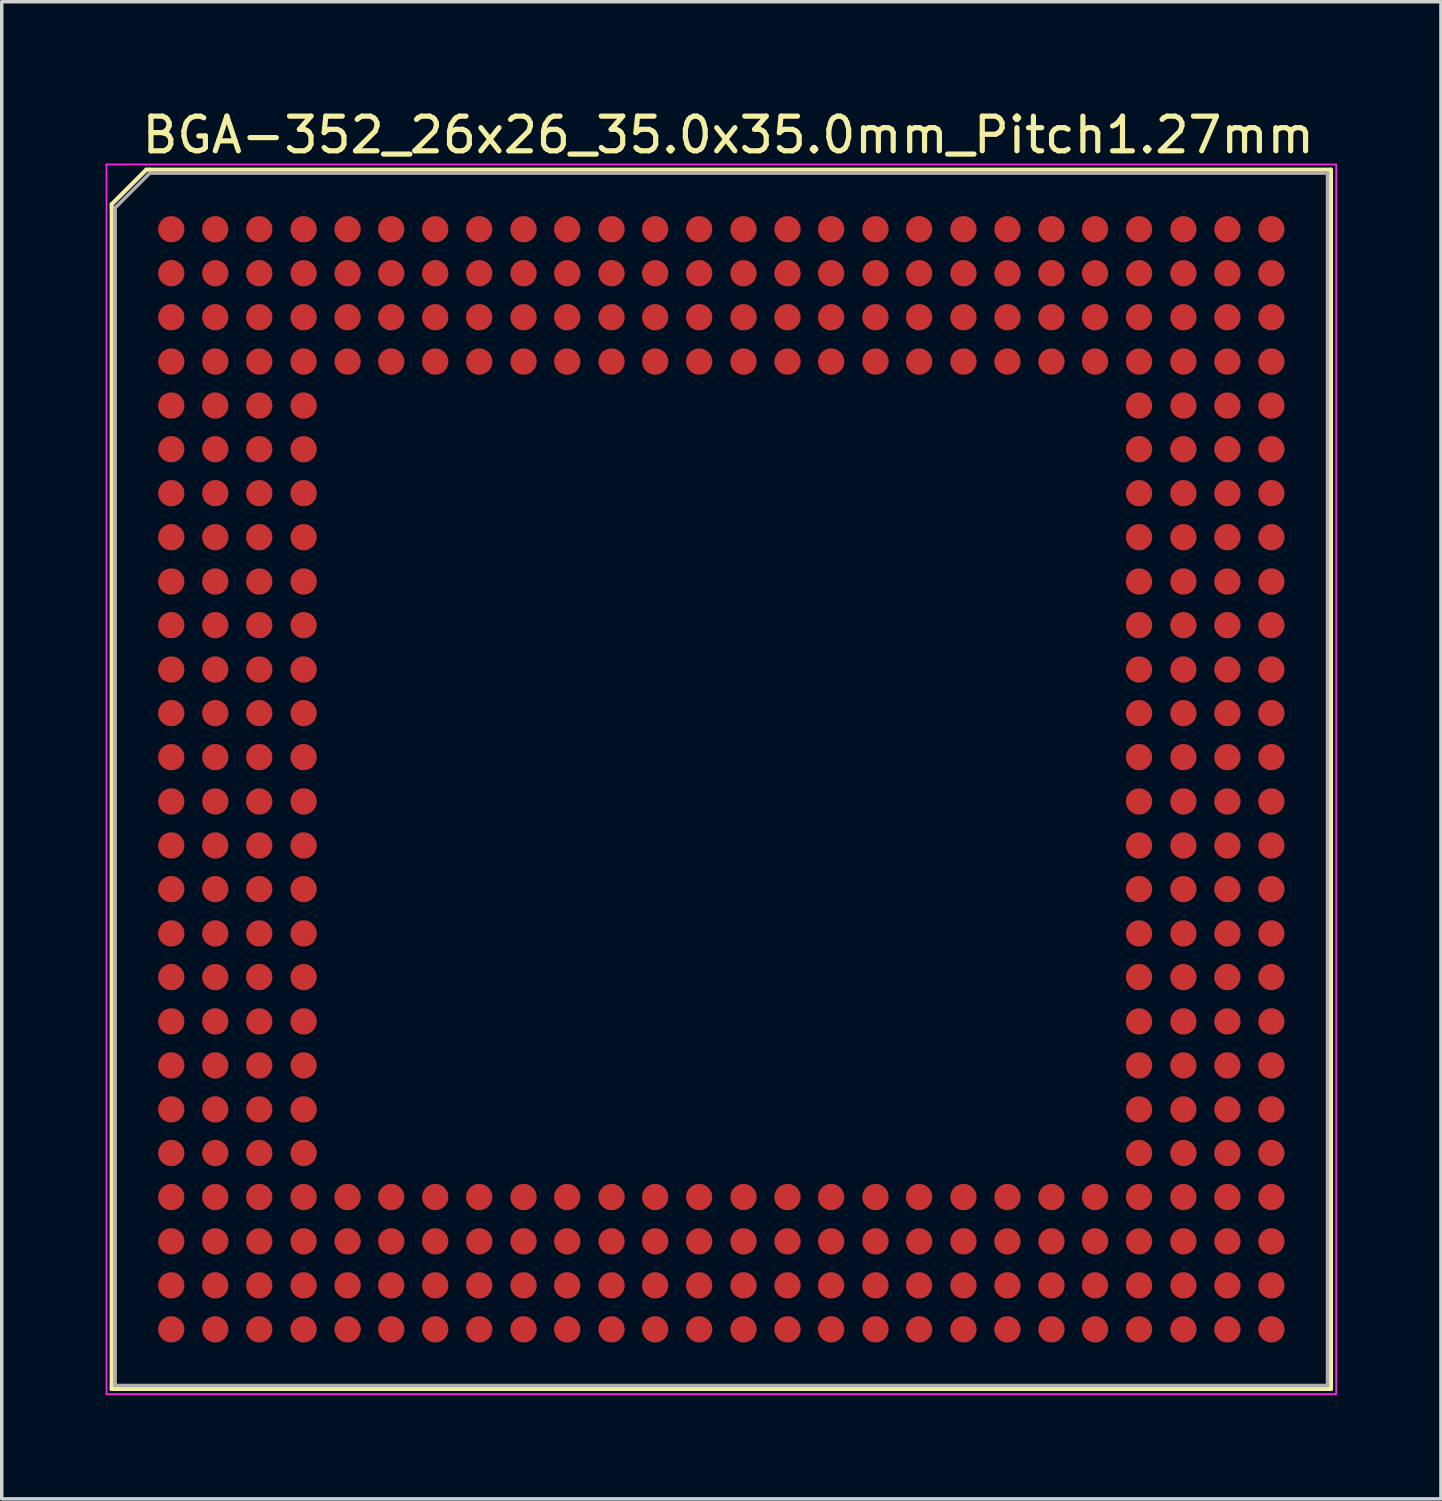
<source format=kicad_pcb>
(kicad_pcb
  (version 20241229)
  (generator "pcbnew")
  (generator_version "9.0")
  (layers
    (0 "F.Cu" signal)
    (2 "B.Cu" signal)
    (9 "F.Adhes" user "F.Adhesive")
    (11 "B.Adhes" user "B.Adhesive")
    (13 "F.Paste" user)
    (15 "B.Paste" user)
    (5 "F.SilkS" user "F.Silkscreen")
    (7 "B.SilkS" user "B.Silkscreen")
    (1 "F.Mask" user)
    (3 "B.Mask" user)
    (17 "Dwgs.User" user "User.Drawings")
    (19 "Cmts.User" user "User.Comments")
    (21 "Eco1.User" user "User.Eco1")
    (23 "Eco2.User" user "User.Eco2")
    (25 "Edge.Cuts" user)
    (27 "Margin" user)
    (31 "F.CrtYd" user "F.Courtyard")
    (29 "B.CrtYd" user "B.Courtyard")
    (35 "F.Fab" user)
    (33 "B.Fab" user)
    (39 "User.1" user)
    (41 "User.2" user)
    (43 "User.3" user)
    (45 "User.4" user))
  (footprint "BGA-352_26x26_35.0x35.0mm_Pitch1.27mm"
    (layer "F.Cu")
    (at 17.775 19.448)
    (property "Reference" "BGA-352_26x26_35.0x35.0mm_Pitch1.27mm" (at 0.2 -18.6 0) (layer "F.SilkS") (effects (font (size 1 1) (thickness 0.15))))
    (attr smd)
    (fp_line (start -17.6 -16.6) (end -16.6 -17.6) (stroke (width 0.12) (type solid)) (layer "F.SilkS"))
    (fp_line (start -17.6 -16.5) (end -17.6 -16.6) (stroke (width 0.12) (type solid)) (layer "F.SilkS"))
    (fp_line (start -17.6 17.6) (end -17.6 -16.5) (stroke (width 0.12) (type solid)) (layer "F.SilkS"))
    (fp_line (start -16.6 -17.6) (end -16.5 -17.6) (stroke (width 0.12) (type solid)) (layer "F.SilkS"))
    (fp_line (start -16.5 -17.6) (end 17.6 -17.6) (stroke (width 0.12) (type solid)) (layer "F.SilkS"))
    (fp_line (start 17.6 -17.6) (end 17.6 17.6) (stroke (width 0.12) (type solid)) (layer "F.SilkS"))
    (fp_line (start 17.6 17.6) (end -17.6 17.6) (stroke (width 0.12) (type solid)) (layer "F.SilkS"))
    (fp_line (start -17.75 -17.75) (end -17.75 17.75) (stroke (width 0.05) (type solid)) (layer "F.CrtYd"))
    (fp_line (start -17.75 -17.75) (end 17.75 -17.75) (stroke (width 0.05) (type solid)) (layer "F.CrtYd"))
    (fp_line (start 17.75 17.75) (end -17.75 17.75) (stroke (width 0.05) (type solid)) (layer "F.CrtYd"))
    (fp_line (start 17.75 17.75) (end 17.75 -17.75) (stroke (width 0.05) (type solid)) (layer "F.CrtYd"))
    (fp_line (start -17.5 -16.5) (end -17.5 17.5) (stroke (width 0.1) (type solid)) (layer "F.Fab"))
    (fp_line (start -17.5 17.5) (end 17.5 17.5) (stroke (width 0.1) (type solid)) (layer "F.Fab"))
    (fp_line (start -16.5 -17.5) (end -17.5 -16.5) (stroke (width 0.1) (type solid)) (layer "F.Fab"))
    (fp_line (start 17.5 -17.5) (end -16.5 -17.5) (stroke (width 0.1) (type solid)) (layer "F.Fab"))
    (fp_line (start 17.5 17.5) (end 17.5 -17.5) (stroke (width 0.1) (type solid)) (layer "F.Fab"))
    (pad "A1" smd circle (at -15.88 -15.88) (size 0.76 0.76) (layers "F.Cu" "F.Mask" "F.Paste"))
    (pad "A2" smd circle (at -14.61 -15.88) (size 0.76 0.76) (layers "F.Cu" "F.Mask" "F.Paste"))
    (pad "A3" smd circle (at -13.34 -15.88) (size 0.76 0.76) (layers "F.Cu" "F.Mask" "F.Paste"))
    (pad "A4" smd circle (at -12.06 -15.88) (size 0.76 0.76) (layers "F.Cu" "F.Mask" "F.Paste"))
    (pad "A5" smd circle (at -10.79 -15.88) (size 0.76 0.76) (layers "F.Cu" "F.Mask" "F.Paste"))
    (pad "A6" smd circle (at -9.53 -15.88) (size 0.76 0.76) (layers "F.Cu" "F.Mask" "F.Paste"))
    (pad "A7" smd circle (at -8.26 -15.88) (size 0.76 0.76) (layers "F.Cu" "F.Mask" "F.Paste"))
    (pad "A8" smd circle (at -6.99 -15.88) (size 0.76 0.76) (layers "F.Cu" "F.Mask" "F.Paste"))
    (pad "A9" smd circle (at -5.71 -15.88) (size 0.76 0.76) (layers "F.Cu" "F.Mask" "F.Paste"))
    (pad "A10" smd circle (at -4.45 -15.88) (size 0.76 0.76) (layers "F.Cu" "F.Mask" "F.Paste"))
    (pad "A11" smd circle (at -3.17 -15.88) (size 0.76 0.76) (layers "F.Cu" "F.Mask" "F.Paste"))
    (pad "A12" smd circle (at -1.91 -15.88) (size 0.76 0.76) (layers "F.Cu" "F.Mask" "F.Paste"))
    (pad "A13" smd circle (at -0.64 -15.88) (size 0.76 0.76) (layers "F.Cu" "F.Mask" "F.Paste"))
    (pad "A14" smd circle (at 0.64 -15.88) (size 0.76 0.76) (layers "F.Cu" "F.Mask" "F.Paste"))
    (pad "A15" smd circle (at 1.91 -15.88) (size 0.76 0.76) (layers "F.Cu" "F.Mask" "F.Paste"))
    (pad "A16" smd circle (at 3.17 -15.88) (size 0.76 0.76) (layers "F.Cu" "F.Mask" "F.Paste"))
    (pad "A17" smd circle (at 4.45 -15.88) (size 0.76 0.76) (layers "F.Cu" "F.Mask" "F.Paste"))
    (pad "A18" smd circle (at 5.71 -15.88) (size 0.76 0.76) (layers "F.Cu" "F.Mask" "F.Paste"))
    (pad "A19" smd circle (at 6.99 -15.88) (size 0.76 0.76) (layers "F.Cu" "F.Mask" "F.Paste"))
    (pad "A20" smd circle (at 8.26 -15.88) (size 0.76 0.76) (layers "F.Cu" "F.Mask" "F.Paste"))
    (pad "A21" smd circle (at 9.53 -15.88) (size 0.76 0.76) (layers "F.Cu" "F.Mask" "F.Paste"))
    (pad "A22" smd circle (at 10.79 -15.88) (size 0.76 0.76) (layers "F.Cu" "F.Mask" "F.Paste"))
    (pad "A23" smd circle (at 12.06 -15.88) (size 0.76 0.76) (layers "F.Cu" "F.Mask" "F.Paste"))
    (pad "A24" smd circle (at 13.34 -15.88) (size 0.76 0.76) (layers "F.Cu" "F.Mask" "F.Paste"))
    (pad "A25" smd circle (at 14.61 -15.88) (size 0.76 0.76) (layers "F.Cu" "F.Mask" "F.Paste"))
    (pad "A26" smd circle (at 15.88 -15.88) (size 0.76 0.76) (layers "F.Cu" "F.Mask" "F.Paste"))
    (pad "AA1" smd circle (at -15.88 9.53) (size 0.76 0.76) (layers "F.Cu" "F.Mask" "F.Paste"))
    (pad "AA2" smd circle (at -14.61 9.53) (size 0.76 0.76) (layers "F.Cu" "F.Mask" "F.Paste"))
    (pad "AA3" smd circle (at -13.34 9.53) (size 0.76 0.76) (layers "F.Cu" "F.Mask" "F.Paste"))
    (pad "AA4" smd circle (at -12.06 9.53) (size 0.76 0.76) (layers "F.Cu" "F.Mask" "F.Paste"))
    (pad "AA23" smd circle (at 12.06 9.53) (size 0.76 0.76) (layers "F.Cu" "F.Mask" "F.Paste"))
    (pad "AA24" smd circle (at 13.34 9.53) (size 0.76 0.76) (layers "F.Cu" "F.Mask" "F.Paste"))
    (pad "AA25" smd circle (at 14.61 9.53) (size 0.76 0.76) (layers "F.Cu" "F.Mask" "F.Paste"))
    (pad "AA26" smd circle (at 15.88 9.53) (size 0.76 0.76) (layers "F.Cu" "F.Mask" "F.Paste"))
    (pad "AB1" smd circle (at -15.88 10.79) (size 0.76 0.76) (layers "F.Cu" "F.Mask" "F.Paste"))
    (pad "AB2" smd circle (at -14.61 10.79) (size 0.76 0.76) (layers "F.Cu" "F.Mask" "F.Paste"))
    (pad "AB3" smd circle (at -13.34 10.79) (size 0.76 0.76) (layers "F.Cu" "F.Mask" "F.Paste"))
    (pad "AB4" smd circle (at -12.06 10.79) (size 0.76 0.76) (layers "F.Cu" "F.Mask" "F.Paste"))
    (pad "AB23" smd circle (at 12.06 10.79) (size 0.76 0.76) (layers "F.Cu" "F.Mask" "F.Paste"))
    (pad "AB24" smd circle (at 13.34 10.79) (size 0.76 0.76) (layers "F.Cu" "F.Mask" "F.Paste"))
    (pad "AB25" smd circle (at 14.61 10.79) (size 0.76 0.76) (layers "F.Cu" "F.Mask" "F.Paste"))
    (pad "AB26" smd circle (at 15.88 10.79) (size 0.76 0.76) (layers "F.Cu" "F.Mask" "F.Paste"))
    (pad "AC1" smd circle (at -15.88 12.06) (size 0.76 0.76) (layers "F.Cu" "F.Mask" "F.Paste"))
    (pad "AC2" smd circle (at -14.61 12.06) (size 0.76 0.76) (layers "F.Cu" "F.Mask" "F.Paste"))
    (pad "AC3" smd circle (at -13.34 12.06) (size 0.76 0.76) (layers "F.Cu" "F.Mask" "F.Paste"))
    (pad "AC4" smd circle (at -12.06 12.06) (size 0.76 0.76) (layers "F.Cu" "F.Mask" "F.Paste"))
    (pad "AC5" smd circle (at -10.79 12.06) (size 0.76 0.76) (layers "F.Cu" "F.Mask" "F.Paste"))
    (pad "AC6" smd circle (at -9.53 12.06) (size 0.76 0.76) (layers "F.Cu" "F.Mask" "F.Paste"))
    (pad "AC7" smd circle (at -8.26 12.06) (size 0.76 0.76) (layers "F.Cu" "F.Mask" "F.Paste"))
    (pad "AC8" smd circle (at -6.99 12.06) (size 0.76 0.76) (layers "F.Cu" "F.Mask" "F.Paste"))
    (pad "AC9" smd circle (at -5.71 12.06) (size 0.76 0.76) (layers "F.Cu" "F.Mask" "F.Paste"))
    (pad "AC10" smd circle (at -4.45 12.06) (size 0.76 0.76) (layers "F.Cu" "F.Mask" "F.Paste"))
    (pad "AC11" smd circle (at -3.17 12.06) (size 0.76 0.76) (layers "F.Cu" "F.Mask" "F.Paste"))
    (pad "AC12" smd circle (at -1.91 12.06) (size 0.76 0.76) (layers "F.Cu" "F.Mask" "F.Paste"))
    (pad "AC13" smd circle (at -0.64 12.06) (size 0.76 0.76) (layers "F.Cu" "F.Mask" "F.Paste"))
    (pad "AC14" smd circle (at 0.64 12.06) (size 0.76 0.76) (layers "F.Cu" "F.Mask" "F.Paste"))
    (pad "AC15" smd circle (at 1.91 12.06) (size 0.76 0.76) (layers "F.Cu" "F.Mask" "F.Paste"))
    (pad "AC16" smd circle (at 3.17 12.06) (size 0.76 0.76) (layers "F.Cu" "F.Mask" "F.Paste"))
    (pad "AC17" smd circle (at 4.45 12.06) (size 0.76 0.76) (layers "F.Cu" "F.Mask" "F.Paste"))
    (pad "AC18" smd circle (at 5.71 12.06) (size 0.76 0.76) (layers "F.Cu" "F.Mask" "F.Paste"))
    (pad "AC19" smd circle (at 6.99 12.06) (size 0.76 0.76) (layers "F.Cu" "F.Mask" "F.Paste"))
    (pad "AC20" smd circle (at 8.26 12.06) (size 0.76 0.76) (layers "F.Cu" "F.Mask" "F.Paste"))
    (pad "AC21" smd circle (at 9.53 12.06) (size 0.76 0.76) (layers "F.Cu" "F.Mask" "F.Paste"))
    (pad "AC22" smd circle (at 10.79 12.06) (size 0.76 0.76) (layers "F.Cu" "F.Mask" "F.Paste"))
    (pad "AC23" smd circle (at 12.06 12.06) (size 0.76 0.76) (layers "F.Cu" "F.Mask" "F.Paste"))
    (pad "AC24" smd circle (at 13.34 12.06) (size 0.76 0.76) (layers "F.Cu" "F.Mask" "F.Paste"))
    (pad "AC25" smd circle (at 14.61 12.06) (size 0.76 0.76) (layers "F.Cu" "F.Mask" "F.Paste"))
    (pad "AC26" smd circle (at 15.88 12.06) (size 0.76 0.76) (layers "F.Cu" "F.Mask" "F.Paste"))
    (pad "AD1" smd circle (at -15.88 13.34) (size 0.76 0.76) (layers "F.Cu" "F.Mask" "F.Paste"))
    (pad "AD2" smd circle (at -14.61 13.34) (size 0.76 0.76) (layers "F.Cu" "F.Mask" "F.Paste"))
    (pad "AD3" smd circle (at -13.34 13.34) (size 0.76 0.76) (layers "F.Cu" "F.Mask" "F.Paste"))
    (pad "AD4" smd circle (at -12.06 13.34) (size 0.76 0.76) (layers "F.Cu" "F.Mask" "F.Paste"))
    (pad "AD5" smd circle (at -10.79 13.34) (size 0.76 0.76) (layers "F.Cu" "F.Mask" "F.Paste"))
    (pad "AD6" smd circle (at -9.53 13.34) (size 0.76 0.76) (layers "F.Cu" "F.Mask" "F.Paste"))
    (pad "AD7" smd circle (at -8.26 13.34) (size 0.76 0.76) (layers "F.Cu" "F.Mask" "F.Paste"))
    (pad "AD8" smd circle (at -6.99 13.34) (size 0.76 0.76) (layers "F.Cu" "F.Mask" "F.Paste"))
    (pad "AD9" smd circle (at -5.71 13.34) (size 0.76 0.76) (layers "F.Cu" "F.Mask" "F.Paste"))
    (pad "AD10" smd circle (at -4.45 13.34) (size 0.76 0.76) (layers "F.Cu" "F.Mask" "F.Paste"))
    (pad "AD11" smd circle (at -3.17 13.34) (size 0.76 0.76) (layers "F.Cu" "F.Mask" "F.Paste"))
    (pad "AD12" smd circle (at -1.91 13.34) (size 0.76 0.76) (layers "F.Cu" "F.Mask" "F.Paste"))
    (pad "AD13" smd circle (at -0.64 13.34) (size 0.76 0.76) (layers "F.Cu" "F.Mask" "F.Paste"))
    (pad "AD14" smd circle (at 0.64 13.34) (size 0.76 0.76) (layers "F.Cu" "F.Mask" "F.Paste"))
    (pad "AD15" smd circle (at 1.91 13.34) (size 0.76 0.76) (layers "F.Cu" "F.Mask" "F.Paste"))
    (pad "AD16" smd circle (at 3.17 13.34) (size 0.76 0.76) (layers "F.Cu" "F.Mask" "F.Paste"))
    (pad "AD17" smd circle (at 4.45 13.34) (size 0.76 0.76) (layers "F.Cu" "F.Mask" "F.Paste"))
    (pad "AD18" smd circle (at 5.71 13.34) (size 0.76 0.76) (layers "F.Cu" "F.Mask" "F.Paste"))
    (pad "AD19" smd circle (at 6.99 13.34) (size 0.76 0.76) (layers "F.Cu" "F.Mask" "F.Paste"))
    (pad "AD20" smd circle (at 8.26 13.34) (size 0.76 0.76) (layers "F.Cu" "F.Mask" "F.Paste"))
    (pad "AD21" smd circle (at 9.53 13.34) (size 0.76 0.76) (layers "F.Cu" "F.Mask" "F.Paste"))
    (pad "AD22" smd circle (at 10.79 13.34) (size 0.76 0.76) (layers "F.Cu" "F.Mask" "F.Paste"))
    (pad "AD23" smd circle (at 12.06 13.34) (size 0.76 0.76) (layers "F.Cu" "F.Mask" "F.Paste"))
    (pad "AD24" smd circle (at 13.34 13.34) (size 0.76 0.76) (layers "F.Cu" "F.Mask" "F.Paste"))
    (pad "AD25" smd circle (at 14.61 13.34) (size 0.76 0.76) (layers "F.Cu" "F.Mask" "F.Paste"))
    (pad "AD26" smd circle (at 15.88 13.34) (size 0.76 0.76) (layers "F.Cu" "F.Mask" "F.Paste"))
    (pad "AE1" smd circle (at -15.88 14.61) (size 0.76 0.76) (layers "F.Cu" "F.Mask" "F.Paste"))
    (pad "AE2" smd circle (at -14.61 14.61) (size 0.76 0.76) (layers "F.Cu" "F.Mask" "F.Paste"))
    (pad "AE3" smd circle (at -13.34 14.61) (size 0.76 0.76) (layers "F.Cu" "F.Mask" "F.Paste"))
    (pad "AE4" smd circle (at -12.06 14.61) (size 0.76 0.76) (layers "F.Cu" "F.Mask" "F.Paste"))
    (pad "AE5" smd circle (at -10.79 14.61) (size 0.76 0.76) (layers "F.Cu" "F.Mask" "F.Paste"))
    (pad "AE6" smd circle (at -9.53 14.61) (size 0.76 0.76) (layers "F.Cu" "F.Mask" "F.Paste"))
    (pad "AE7" smd circle (at -8.26 14.61) (size 0.76 0.76) (layers "F.Cu" "F.Mask" "F.Paste"))
    (pad "AE8" smd circle (at -6.99 14.61) (size 0.76 0.76) (layers "F.Cu" "F.Mask" "F.Paste"))
    (pad "AE9" smd circle (at -5.71 14.61) (size 0.76 0.76) (layers "F.Cu" "F.Mask" "F.Paste"))
    (pad "AE10" smd circle (at -4.45 14.61) (size 0.76 0.76) (layers "F.Cu" "F.Mask" "F.Paste"))
    (pad "AE11" smd circle (at -3.17 14.61) (size 0.76 0.76) (layers "F.Cu" "F.Mask" "F.Paste"))
    (pad "AE12" smd circle (at -1.91 14.61) (size 0.76 0.76) (layers "F.Cu" "F.Mask" "F.Paste"))
    (pad "AE13" smd circle (at -0.64 14.61) (size 0.76 0.76) (layers "F.Cu" "F.Mask" "F.Paste"))
    (pad "AE14" smd circle (at 0.64 14.61) (size 0.76 0.76) (layers "F.Cu" "F.Mask" "F.Paste"))
    (pad "AE15" smd circle (at 1.91 14.61) (size 0.76 0.76) (layers "F.Cu" "F.Mask" "F.Paste"))
    (pad "AE16" smd circle (at 3.17 14.61) (size 0.76 0.76) (layers "F.Cu" "F.Mask" "F.Paste"))
    (pad "AE17" smd circle (at 4.45 14.61) (size 0.76 0.76) (layers "F.Cu" "F.Mask" "F.Paste"))
    (pad "AE18" smd circle (at 5.71 14.61) (size 0.76 0.76) (layers "F.Cu" "F.Mask" "F.Paste"))
    (pad "AE19" smd circle (at 6.99 14.61) (size 0.76 0.76) (layers "F.Cu" "F.Mask" "F.Paste"))
    (pad "AE20" smd circle (at 8.26 14.61) (size 0.76 0.76) (layers "F.Cu" "F.Mask" "F.Paste"))
    (pad "AE21" smd circle (at 9.53 14.61) (size 0.76 0.76) (layers "F.Cu" "F.Mask" "F.Paste"))
    (pad "AE22" smd circle (at 10.79 14.61) (size 0.76 0.76) (layers "F.Cu" "F.Mask" "F.Paste"))
    (pad "AE23" smd circle (at 12.06 14.61) (size 0.76 0.76) (layers "F.Cu" "F.Mask" "F.Paste"))
    (pad "AE24" smd circle (at 13.34 14.61) (size 0.76 0.76) (layers "F.Cu" "F.Mask" "F.Paste"))
    (pad "AE25" smd circle (at 14.61 14.61) (size 0.76 0.76) (layers "F.Cu" "F.Mask" "F.Paste"))
    (pad "AE26" smd circle (at 15.88 14.61) (size 0.76 0.76) (layers "F.Cu" "F.Mask" "F.Paste"))
    (pad "AF1" smd circle (at -15.88 15.88) (size 0.76 0.76) (layers "F.Cu" "F.Mask" "F.Paste"))
    (pad "AF2" smd circle (at -14.61 15.88) (size 0.76 0.76) (layers "F.Cu" "F.Mask" "F.Paste"))
    (pad "AF3" smd circle (at -13.34 15.88) (size 0.76 0.76) (layers "F.Cu" "F.Mask" "F.Paste"))
    (pad "AF4" smd circle (at -12.06 15.88) (size 0.76 0.76) (layers "F.Cu" "F.Mask" "F.Paste"))
    (pad "AF5" smd circle (at -10.79 15.88) (size 0.76 0.76) (layers "F.Cu" "F.Mask" "F.Paste"))
    (pad "AF6" smd circle (at -9.53 15.88) (size 0.76 0.76) (layers "F.Cu" "F.Mask" "F.Paste"))
    (pad "AF7" smd circle (at -8.26 15.88) (size 0.76 0.76) (layers "F.Cu" "F.Mask" "F.Paste"))
    (pad "AF8" smd circle (at -6.99 15.88) (size 0.76 0.76) (layers "F.Cu" "F.Mask" "F.Paste"))
    (pad "AF9" smd circle (at -5.71 15.88) (size 0.76 0.76) (layers "F.Cu" "F.Mask" "F.Paste"))
    (pad "AF10" smd circle (at -4.45 15.88) (size 0.76 0.76) (layers "F.Cu" "F.Mask" "F.Paste"))
    (pad "AF11" smd circle (at -3.17 15.88) (size 0.76 0.76) (layers "F.Cu" "F.Mask" "F.Paste"))
    (pad "AF12" smd circle (at -1.91 15.88) (size 0.76 0.76) (layers "F.Cu" "F.Mask" "F.Paste"))
    (pad "AF13" smd circle (at -0.64 15.88) (size 0.76 0.76) (layers "F.Cu" "F.Mask" "F.Paste"))
    (pad "AF14" smd circle (at 0.64 15.88) (size 0.76 0.76) (layers "F.Cu" "F.Mask" "F.Paste"))
    (pad "AF15" smd circle (at 1.91 15.88) (size 0.76 0.76) (layers "F.Cu" "F.Mask" "F.Paste"))
    (pad "AF16" smd circle (at 3.17 15.88) (size 0.76 0.76) (layers "F.Cu" "F.Mask" "F.Paste"))
    (pad "AF17" smd circle (at 4.45 15.88) (size 0.76 0.76) (layers "F.Cu" "F.Mask" "F.Paste"))
    (pad "AF18" smd circle (at 5.71 15.88) (size 0.76 0.76) (layers "F.Cu" "F.Mask" "F.Paste"))
    (pad "AF19" smd circle (at 6.99 15.88) (size 0.76 0.76) (layers "F.Cu" "F.Mask" "F.Paste"))
    (pad "AF20" smd circle (at 8.26 15.88) (size 0.76 0.76) (layers "F.Cu" "F.Mask" "F.Paste"))
    (pad "AF21" smd circle (at 9.53 15.88) (size 0.76 0.76) (layers "F.Cu" "F.Mask" "F.Paste"))
    (pad "AF22" smd circle (at 10.79 15.88) (size 0.76 0.76) (layers "F.Cu" "F.Mask" "F.Paste"))
    (pad "AF23" smd circle (at 12.06 15.88) (size 0.76 0.76) (layers "F.Cu" "F.Mask" "F.Paste"))
    (pad "AF24" smd circle (at 13.34 15.88) (size 0.76 0.76) (layers "F.Cu" "F.Mask" "F.Paste"))
    (pad "AF25" smd circle (at 14.61 15.88) (size 0.76 0.76) (layers "F.Cu" "F.Mask" "F.Paste"))
    (pad "AF26" smd circle (at 15.88 15.88) (size 0.76 0.76) (layers "F.Cu" "F.Mask" "F.Paste"))
    (pad "B1" smd circle (at -15.88 -14.61) (size 0.76 0.76) (layers "F.Cu" "F.Mask" "F.Paste"))
    (pad "B2" smd circle (at -14.61 -14.61) (size 0.76 0.76) (layers "F.Cu" "F.Mask" "F.Paste"))
    (pad "B3" smd circle (at -13.34 -14.61) (size 0.76 0.76) (layers "F.Cu" "F.Mask" "F.Paste"))
    (pad "B4" smd circle (at -12.06 -14.61) (size 0.76 0.76) (layers "F.Cu" "F.Mask" "F.Paste"))
    (pad "B5" smd circle (at -10.79 -14.61) (size 0.76 0.76) (layers "F.Cu" "F.Mask" "F.Paste"))
    (pad "B6" smd circle (at -9.53 -14.61) (size 0.76 0.76) (layers "F.Cu" "F.Mask" "F.Paste"))
    (pad "B7" smd circle (at -8.26 -14.61) (size 0.76 0.76) (layers "F.Cu" "F.Mask" "F.Paste"))
    (pad "B8" smd circle (at -6.99 -14.61) (size 0.76 0.76) (layers "F.Cu" "F.Mask" "F.Paste"))
    (pad "B9" smd circle (at -5.71 -14.61) (size 0.76 0.76) (layers "F.Cu" "F.Mask" "F.Paste"))
    (pad "B10" smd circle (at -4.45 -14.61) (size 0.76 0.76) (layers "F.Cu" "F.Mask" "F.Paste"))
    (pad "B11" smd circle (at -3.17 -14.61) (size 0.76 0.76) (layers "F.Cu" "F.Mask" "F.Paste"))
    (pad "B12" smd circle (at -1.91 -14.61) (size 0.76 0.76) (layers "F.Cu" "F.Mask" "F.Paste"))
    (pad "B13" smd circle (at -0.64 -14.61) (size 0.76 0.76) (layers "F.Cu" "F.Mask" "F.Paste"))
    (pad "B14" smd circle (at 0.64 -14.61) (size 0.76 0.76) (layers "F.Cu" "F.Mask" "F.Paste"))
    (pad "B15" smd circle (at 1.91 -14.61) (size 0.76 0.76) (layers "F.Cu" "F.Mask" "F.Paste"))
    (pad "B16" smd circle (at 3.17 -14.61) (size 0.76 0.76) (layers "F.Cu" "F.Mask" "F.Paste"))
    (pad "B17" smd circle (at 4.45 -14.61) (size 0.76 0.76) (layers "F.Cu" "F.Mask" "F.Paste"))
    (pad "B18" smd circle (at 5.71 -14.61) (size 0.76 0.76) (layers "F.Cu" "F.Mask" "F.Paste"))
    (pad "B19" smd circle (at 6.99 -14.61) (size 0.76 0.76) (layers "F.Cu" "F.Mask" "F.Paste"))
    (pad "B20" smd circle (at 8.26 -14.61) (size 0.76 0.76) (layers "F.Cu" "F.Mask" "F.Paste"))
    (pad "B21" smd circle (at 9.53 -14.61) (size 0.76 0.76) (layers "F.Cu" "F.Mask" "F.Paste"))
    (pad "B22" smd circle (at 10.79 -14.61) (size 0.76 0.76) (layers "F.Cu" "F.Mask" "F.Paste"))
    (pad "B23" smd circle (at 12.06 -14.61) (size 0.76 0.76) (layers "F.Cu" "F.Mask" "F.Paste"))
    (pad "B24" smd circle (at 13.34 -14.61) (size 0.76 0.76) (layers "F.Cu" "F.Mask" "F.Paste"))
    (pad "B25" smd circle (at 14.61 -14.61) (size 0.76 0.76) (layers "F.Cu" "F.Mask" "F.Paste"))
    (pad "B26" smd circle (at 15.88 -14.61) (size 0.76 0.76) (layers "F.Cu" "F.Mask" "F.Paste"))
    (pad "C1" smd circle (at -15.88 -13.34) (size 0.76 0.76) (layers "F.Cu" "F.Mask" "F.Paste"))
    (pad "C2" smd circle (at -14.61 -13.34) (size 0.76 0.76) (layers "F.Cu" "F.Mask" "F.Paste"))
    (pad "C3" smd circle (at -13.34 -13.34) (size 0.76 0.76) (layers "F.Cu" "F.Mask" "F.Paste"))
    (pad "C4" smd circle (at -12.06 -13.34) (size 0.76 0.76) (layers "F.Cu" "F.Mask" "F.Paste"))
    (pad "C5" smd circle (at -10.79 -13.34) (size 0.76 0.76) (layers "F.Cu" "F.Mask" "F.Paste"))
    (pad "C6" smd circle (at -9.53 -13.34) (size 0.76 0.76) (layers "F.Cu" "F.Mask" "F.Paste"))
    (pad "C7" smd circle (at -8.26 -13.34) (size 0.76 0.76) (layers "F.Cu" "F.Mask" "F.Paste"))
    (pad "C8" smd circle (at -6.99 -13.34) (size 0.76 0.76) (layers "F.Cu" "F.Mask" "F.Paste"))
    (pad "C9" smd circle (at -5.71 -13.34) (size 0.76 0.76) (layers "F.Cu" "F.Mask" "F.Paste"))
    (pad "C10" smd circle (at -4.45 -13.34) (size 0.76 0.76) (layers "F.Cu" "F.Mask" "F.Paste"))
    (pad "C11" smd circle (at -3.17 -13.34) (size 0.76 0.76) (layers "F.Cu" "F.Mask" "F.Paste"))
    (pad "C12" smd circle (at -1.91 -13.34) (size 0.76 0.76) (layers "F.Cu" "F.Mask" "F.Paste"))
    (pad "C13" smd circle (at -0.64 -13.34) (size 0.76 0.76) (layers "F.Cu" "F.Mask" "F.Paste"))
    (pad "C14" smd circle (at 0.64 -13.34) (size 0.76 0.76) (layers "F.Cu" "F.Mask" "F.Paste"))
    (pad "C15" smd circle (at 1.91 -13.34) (size 0.76 0.76) (layers "F.Cu" "F.Mask" "F.Paste"))
    (pad "C16" smd circle (at 3.17 -13.34) (size 0.76 0.76) (layers "F.Cu" "F.Mask" "F.Paste"))
    (pad "C17" smd circle (at 4.45 -13.34) (size 0.76 0.76) (layers "F.Cu" "F.Mask" "F.Paste"))
    (pad "C18" smd circle (at 5.71 -13.34) (size 0.76 0.76) (layers "F.Cu" "F.Mask" "F.Paste"))
    (pad "C19" smd circle (at 6.99 -13.34) (size 0.76 0.76) (layers "F.Cu" "F.Mask" "F.Paste"))
    (pad "C20" smd circle (at 8.26 -13.34) (size 0.76 0.76) (layers "F.Cu" "F.Mask" "F.Paste"))
    (pad "C21" smd circle (at 9.53 -13.34) (size 0.76 0.76) (layers "F.Cu" "F.Mask" "F.Paste"))
    (pad "C22" smd circle (at 10.79 -13.34) (size 0.76 0.76) (layers "F.Cu" "F.Mask" "F.Paste"))
    (pad "C23" smd circle (at 12.06 -13.34) (size 0.76 0.76) (layers "F.Cu" "F.Mask" "F.Paste"))
    (pad "C24" smd circle (at 13.34 -13.34) (size 0.76 0.76) (layers "F.Cu" "F.Mask" "F.Paste"))
    (pad "C25" smd circle (at 14.61 -13.34) (size 0.76 0.76) (layers "F.Cu" "F.Mask" "F.Paste"))
    (pad "C26" smd circle (at 15.88 -13.34) (size 0.76 0.76) (layers "F.Cu" "F.Mask" "F.Paste"))
    (pad "D1" smd circle (at -15.88 -12.06) (size 0.76 0.76) (layers "F.Cu" "F.Mask" "F.Paste"))
    (pad "D2" smd circle (at -14.61 -12.06) (size 0.76 0.76) (layers "F.Cu" "F.Mask" "F.Paste"))
    (pad "D3" smd circle (at -13.34 -12.06) (size 0.76 0.76) (layers "F.Cu" "F.Mask" "F.Paste"))
    (pad "D4" smd circle (at -12.06 -12.06) (size 0.76 0.76) (layers "F.Cu" "F.Mask" "F.Paste"))
    (pad "D5" smd circle (at -10.79 -12.06) (size 0.76 0.76) (layers "F.Cu" "F.Mask" "F.Paste"))
    (pad "D6" smd circle (at -9.53 -12.06) (size 0.76 0.76) (layers "F.Cu" "F.Mask" "F.Paste"))
    (pad "D7" smd circle (at -8.26 -12.06) (size 0.76 0.76) (layers "F.Cu" "F.Mask" "F.Paste"))
    (pad "D8" smd circle (at -6.99 -12.06) (size 0.76 0.76) (layers "F.Cu" "F.Mask" "F.Paste"))
    (pad "D9" smd circle (at -5.71 -12.06) (size 0.76 0.76) (layers "F.Cu" "F.Mask" "F.Paste"))
    (pad "D10" smd circle (at -4.45 -12.06) (size 0.76 0.76) (layers "F.Cu" "F.Mask" "F.Paste"))
    (pad "D11" smd circle (at -3.17 -12.06) (size 0.76 0.76) (layers "F.Cu" "F.Mask" "F.Paste"))
    (pad "D12" smd circle (at -1.91 -12.06) (size 0.76 0.76) (layers "F.Cu" "F.Mask" "F.Paste"))
    (pad "D13" smd circle (at -0.64 -12.06) (size 0.76 0.76) (layers "F.Cu" "F.Mask" "F.Paste"))
    (pad "D14" smd circle (at 0.64 -12.06) (size 0.76 0.76) (layers "F.Cu" "F.Mask" "F.Paste"))
    (pad "D15" smd circle (at 1.91 -12.06) (size 0.76 0.76) (layers "F.Cu" "F.Mask" "F.Paste"))
    (pad "D16" smd circle (at 3.17 -12.06) (size 0.76 0.76) (layers "F.Cu" "F.Mask" "F.Paste"))
    (pad "D17" smd circle (at 4.45 -12.06) (size 0.76 0.76) (layers "F.Cu" "F.Mask" "F.Paste"))
    (pad "D18" smd circle (at 5.71 -12.06) (size 0.76 0.76) (layers "F.Cu" "F.Mask" "F.Paste"))
    (pad "D19" smd circle (at 6.99 -12.06) (size 0.76 0.76) (layers "F.Cu" "F.Mask" "F.Paste"))
    (pad "D20" smd circle (at 8.26 -12.06) (size 0.76 0.76) (layers "F.Cu" "F.Mask" "F.Paste"))
    (pad "D21" smd circle (at 9.53 -12.06) (size 0.76 0.76) (layers "F.Cu" "F.Mask" "F.Paste"))
    (pad "D22" smd circle (at 10.79 -12.06) (size 0.76 0.76) (layers "F.Cu" "F.Mask" "F.Paste"))
    (pad "D23" smd circle (at 12.06 -12.06) (size 0.76 0.76) (layers "F.Cu" "F.Mask" "F.Paste"))
    (pad "D24" smd circle (at 13.34 -12.06) (size 0.76 0.76) (layers "F.Cu" "F.Mask" "F.Paste"))
    (pad "D25" smd circle (at 14.61 -12.06) (size 0.76 0.76) (layers "F.Cu" "F.Mask" "F.Paste"))
    (pad "D26" smd circle (at 15.88 -12.06) (size 0.76 0.76) (layers "F.Cu" "F.Mask" "F.Paste"))
    (pad "E1" smd circle (at -15.88 -10.79) (size 0.76 0.76) (layers "F.Cu" "F.Mask" "F.Paste"))
    (pad "E2" smd circle (at -14.61 -10.79) (size 0.76 0.76) (layers "F.Cu" "F.Mask" "F.Paste"))
    (pad "E3" smd circle (at -13.34 -10.79) (size 0.76 0.76) (layers "F.Cu" "F.Mask" "F.Paste"))
    (pad "E4" smd circle (at -12.06 -10.79) (size 0.76 0.76) (layers "F.Cu" "F.Mask" "F.Paste"))
    (pad "E23" smd circle (at 12.06 -10.79) (size 0.76 0.76) (layers "F.Cu" "F.Mask" "F.Paste"))
    (pad "E24" smd circle (at 13.34 -10.79) (size 0.76 0.76) (layers "F.Cu" "F.Mask" "F.Paste"))
    (pad "E25" smd circle (at 14.61 -10.79) (size 0.76 0.76) (layers "F.Cu" "F.Mask" "F.Paste"))
    (pad "E26" smd circle (at 15.88 -10.79) (size 0.76 0.76) (layers "F.Cu" "F.Mask" "F.Paste"))
    (pad "F1" smd circle (at -15.88 -9.53) (size 0.76 0.76) (layers "F.Cu" "F.Mask" "F.Paste"))
    (pad "F2" smd circle (at -14.61 -9.53) (size 0.76 0.76) (layers "F.Cu" "F.Mask" "F.Paste"))
    (pad "F3" smd circle (at -13.34 -9.53) (size 0.76 0.76) (layers "F.Cu" "F.Mask" "F.Paste"))
    (pad "F4" smd circle (at -12.06 -9.53) (size 0.76 0.76) (layers "F.Cu" "F.Mask" "F.Paste"))
    (pad "F23" smd circle (at 12.06 -9.53) (size 0.76 0.76) (layers "F.Cu" "F.Mask" "F.Paste"))
    (pad "F24" smd circle (at 13.34 -9.53) (size 0.76 0.76) (layers "F.Cu" "F.Mask" "F.Paste"))
    (pad "F25" smd circle (at 14.61 -9.53) (size 0.76 0.76) (layers "F.Cu" "F.Mask" "F.Paste"))
    (pad "F26" smd circle (at 15.88 -9.53) (size 0.76 0.76) (layers "F.Cu" "F.Mask" "F.Paste"))
    (pad "G1" smd circle (at -15.88 -8.26) (size 0.76 0.76) (layers "F.Cu" "F.Mask" "F.Paste"))
    (pad "G2" smd circle (at -14.61 -8.26) (size 0.76 0.76) (layers "F.Cu" "F.Mask" "F.Paste"))
    (pad "G3" smd circle (at -13.34 -8.26) (size 0.76 0.76) (layers "F.Cu" "F.Mask" "F.Paste"))
    (pad "G4" smd circle (at -12.06 -8.26) (size 0.76 0.76) (layers "F.Cu" "F.Mask" "F.Paste"))
    (pad "G23" smd circle (at 12.06 -8.26) (size 0.76 0.76) (layers "F.Cu" "F.Mask" "F.Paste"))
    (pad "G24" smd circle (at 13.34 -8.26) (size 0.76 0.76) (layers "F.Cu" "F.Mask" "F.Paste"))
    (pad "G25" smd circle (at 14.61 -8.26) (size 0.76 0.76) (layers "F.Cu" "F.Mask" "F.Paste"))
    (pad "G26" smd circle (at 15.88 -8.26) (size 0.76 0.76) (layers "F.Cu" "F.Mask" "F.Paste"))
    (pad "H1" smd circle (at -15.88 -6.99) (size 0.76 0.76) (layers "F.Cu" "F.Mask" "F.Paste"))
    (pad "H2" smd circle (at -14.61 -6.99) (size 0.76 0.76) (layers "F.Cu" "F.Mask" "F.Paste"))
    (pad "H3" smd circle (at -13.34 -6.99) (size 0.76 0.76) (layers "F.Cu" "F.Mask" "F.Paste"))
    (pad "H4" smd circle (at -12.06 -6.99) (size 0.76 0.76) (layers "F.Cu" "F.Mask" "F.Paste"))
    (pad "H23" smd circle (at 12.06 -6.99) (size 0.76 0.76) (layers "F.Cu" "F.Mask" "F.Paste"))
    (pad "H24" smd circle (at 13.34 -6.99) (size 0.76 0.76) (layers "F.Cu" "F.Mask" "F.Paste"))
    (pad "H25" smd circle (at 14.61 -6.99) (size 0.76 0.76) (layers "F.Cu" "F.Mask" "F.Paste"))
    (pad "H26" smd circle (at 15.88 -6.99) (size 0.76 0.76) (layers "F.Cu" "F.Mask" "F.Paste"))
    (pad "J1" smd circle (at -15.88 -5.71) (size 0.76 0.76) (layers "F.Cu" "F.Mask" "F.Paste"))
    (pad "J2" smd circle (at -14.61 -5.71) (size 0.76 0.76) (layers "F.Cu" "F.Mask" "F.Paste"))
    (pad "J3" smd circle (at -13.34 -5.71) (size 0.76 0.76) (layers "F.Cu" "F.Mask" "F.Paste"))
    (pad "J4" smd circle (at -12.06 -5.71) (size 0.76 0.76) (layers "F.Cu" "F.Mask" "F.Paste"))
    (pad "J23" smd circle (at 12.06 -5.71) (size 0.76 0.76) (layers "F.Cu" "F.Mask" "F.Paste"))
    (pad "J24" smd circle (at 13.34 -5.71) (size 0.76 0.76) (layers "F.Cu" "F.Mask" "F.Paste"))
    (pad "J25" smd circle (at 14.61 -5.71) (size 0.76 0.76) (layers "F.Cu" "F.Mask" "F.Paste"))
    (pad "J26" smd circle (at 15.88 -5.71) (size 0.76 0.76) (layers "F.Cu" "F.Mask" "F.Paste"))
    (pad "K1" smd circle (at -15.88 -4.45) (size 0.76 0.76) (layers "F.Cu" "F.Mask" "F.Paste"))
    (pad "K2" smd circle (at -14.61 -4.45) (size 0.76 0.76) (layers "F.Cu" "F.Mask" "F.Paste"))
    (pad "K3" smd circle (at -13.34 -4.45) (size 0.76 0.76) (layers "F.Cu" "F.Mask" "F.Paste"))
    (pad "K4" smd circle (at -12.06 -4.45) (size 0.76 0.76) (layers "F.Cu" "F.Mask" "F.Paste"))
    (pad "K23" smd circle (at 12.06 -4.45) (size 0.76 0.76) (layers "F.Cu" "F.Mask" "F.Paste"))
    (pad "K24" smd circle (at 13.34 -4.45) (size 0.76 0.76) (layers "F.Cu" "F.Mask" "F.Paste"))
    (pad "K25" smd circle (at 14.61 -4.45) (size 0.76 0.76) (layers "F.Cu" "F.Mask" "F.Paste"))
    (pad "K26" smd circle (at 15.88 -4.45) (size 0.76 0.76) (layers "F.Cu" "F.Mask" "F.Paste"))
    (pad "L1" smd circle (at -15.88 -3.17) (size 0.76 0.76) (layers "F.Cu" "F.Mask" "F.Paste"))
    (pad "L2" smd circle (at -14.61 -3.17) (size 0.76 0.76) (layers "F.Cu" "F.Mask" "F.Paste"))
    (pad "L3" smd circle (at -13.34 -3.17) (size 0.76 0.76) (layers "F.Cu" "F.Mask" "F.Paste"))
    (pad "L4" smd circle (at -12.06 -3.17) (size 0.76 0.76) (layers "F.Cu" "F.Mask" "F.Paste"))
    (pad "L23" smd circle (at 12.06 -3.17) (size 0.76 0.76) (layers "F.Cu" "F.Mask" "F.Paste"))
    (pad "L24" smd circle (at 13.34 -3.17) (size 0.76 0.76) (layers "F.Cu" "F.Mask" "F.Paste"))
    (pad "L25" smd circle (at 14.61 -3.17) (size 0.76 0.76) (layers "F.Cu" "F.Mask" "F.Paste"))
    (pad "L26" smd circle (at 15.88 -3.17) (size 0.76 0.76) (layers "F.Cu" "F.Mask" "F.Paste"))
    (pad "M1" smd circle (at -15.88 -1.91) (size 0.76 0.76) (layers "F.Cu" "F.Mask" "F.Paste"))
    (pad "M2" smd circle (at -14.61 -1.91) (size 0.76 0.76) (layers "F.Cu" "F.Mask" "F.Paste"))
    (pad "M3" smd circle (at -13.34 -1.91) (size 0.76 0.76) (layers "F.Cu" "F.Mask" "F.Paste"))
    (pad "M4" smd circle (at -12.06 -1.91) (size 0.76 0.76) (layers "F.Cu" "F.Mask" "F.Paste"))
    (pad "M23" smd circle (at 12.06 -1.91) (size 0.76 0.76) (layers "F.Cu" "F.Mask" "F.Paste"))
    (pad "M24" smd circle (at 13.34 -1.91) (size 0.76 0.76) (layers "F.Cu" "F.Mask" "F.Paste"))
    (pad "M25" smd circle (at 14.61 -1.91) (size 0.76 0.76) (layers "F.Cu" "F.Mask" "F.Paste"))
    (pad "M26" smd circle (at 15.88 -1.91) (size 0.76 0.76) (layers "F.Cu" "F.Mask" "F.Paste"))
    (pad "N1" smd circle (at -15.88 -0.64) (size 0.76 0.76) (layers "F.Cu" "F.Mask" "F.Paste"))
    (pad "N2" smd circle (at -14.61 -0.64) (size 0.76 0.76) (layers "F.Cu" "F.Mask" "F.Paste"))
    (pad "N3" smd circle (at -13.34 -0.64) (size 0.76 0.76) (layers "F.Cu" "F.Mask" "F.Paste"))
    (pad "N4" smd circle (at -12.06 -0.64) (size 0.76 0.76) (layers "F.Cu" "F.Mask" "F.Paste"))
    (pad "N23" smd circle (at 12.06 -0.64) (size 0.76 0.76) (layers "F.Cu" "F.Mask" "F.Paste"))
    (pad "N24" smd circle (at 13.34 -0.64) (size 0.76 0.76) (layers "F.Cu" "F.Mask" "F.Paste"))
    (pad "N25" smd circle (at 14.61 -0.64) (size 0.76 0.76) (layers "F.Cu" "F.Mask" "F.Paste"))
    (pad "N26" smd circle (at 15.88 -0.64) (size 0.76 0.76) (layers "F.Cu" "F.Mask" "F.Paste"))
    (pad "P1" smd circle (at -15.88 0.64) (size 0.76 0.76) (layers "F.Cu" "F.Mask" "F.Paste"))
    (pad "P2" smd circle (at -14.61 0.64) (size 0.76 0.76) (layers "F.Cu" "F.Mask" "F.Paste"))
    (pad "P3" smd circle (at -13.34 0.64) (size 0.76 0.76) (layers "F.Cu" "F.Mask" "F.Paste"))
    (pad "P4" smd circle (at -12.06 0.64) (size 0.76 0.76) (layers "F.Cu" "F.Mask" "F.Paste"))
    (pad "P23" smd circle (at 12.06 0.64) (size 0.76 0.76) (layers "F.Cu" "F.Mask" "F.Paste"))
    (pad "P24" smd circle (at 13.34 0.64) (size 0.76 0.76) (layers "F.Cu" "F.Mask" "F.Paste"))
    (pad "P25" smd circle (at 14.61 0.64) (size 0.76 0.76) (layers "F.Cu" "F.Mask" "F.Paste"))
    (pad "P26" smd circle (at 15.88 0.64) (size 0.76 0.76) (layers "F.Cu" "F.Mask" "F.Paste"))
    (pad "R1" smd circle (at -15.88 1.91) (size 0.76 0.76) (layers "F.Cu" "F.Mask" "F.Paste"))
    (pad "R2" smd circle (at -14.61 1.91) (size 0.76 0.76) (layers "F.Cu" "F.Mask" "F.Paste"))
    (pad "R3" smd circle (at -13.34 1.91) (size 0.76 0.76) (layers "F.Cu" "F.Mask" "F.Paste"))
    (pad "R4" smd circle (at -12.06 1.91) (size 0.76 0.76) (layers "F.Cu" "F.Mask" "F.Paste"))
    (pad "R23" smd circle (at 12.06 1.91) (size 0.76 0.76) (layers "F.Cu" "F.Mask" "F.Paste"))
    (pad "R24" smd circle (at 13.34 1.91) (size 0.76 0.76) (layers "F.Cu" "F.Mask" "F.Paste"))
    (pad "R25" smd circle (at 14.61 1.91) (size 0.76 0.76) (layers "F.Cu" "F.Mask" "F.Paste"))
    (pad "R26" smd circle (at 15.88 1.91) (size 0.76 0.76) (layers "F.Cu" "F.Mask" "F.Paste"))
    (pad "T1" smd circle (at -15.88 3.17) (size 0.76 0.76) (layers "F.Cu" "F.Mask" "F.Paste"))
    (pad "T2" smd circle (at -14.61 3.17) (size 0.76 0.76) (layers "F.Cu" "F.Mask" "F.Paste"))
    (pad "T3" smd circle (at -13.34 3.17) (size 0.76 0.76) (layers "F.Cu" "F.Mask" "F.Paste"))
    (pad "T4" smd circle (at -12.06 3.17) (size 0.76 0.76) (layers "F.Cu" "F.Mask" "F.Paste"))
    (pad "T23" smd circle (at 12.06 3.17) (size 0.76 0.76) (layers "F.Cu" "F.Mask" "F.Paste"))
    (pad "T24" smd circle (at 13.34 3.17) (size 0.76 0.76) (layers "F.Cu" "F.Mask" "F.Paste"))
    (pad "T25" smd circle (at 14.61 3.17) (size 0.76 0.76) (layers "F.Cu" "F.Mask" "F.Paste"))
    (pad "T26" smd circle (at 15.88 3.17) (size 0.76 0.76) (layers "F.Cu" "F.Mask" "F.Paste"))
    (pad "U1" smd circle (at -15.88 4.45) (size 0.76 0.76) (layers "F.Cu" "F.Mask" "F.Paste"))
    (pad "U2" smd circle (at -14.61 4.45) (size 0.76 0.76) (layers "F.Cu" "F.Mask" "F.Paste"))
    (pad "U3" smd circle (at -13.34 4.45) (size 0.76 0.76) (layers "F.Cu" "F.Mask" "F.Paste"))
    (pad "U4" smd circle (at -12.06 4.45) (size 0.76 0.76) (layers "F.Cu" "F.Mask" "F.Paste"))
    (pad "U23" smd circle (at 12.06 4.45) (size 0.76 0.76) (layers "F.Cu" "F.Mask" "F.Paste"))
    (pad "U24" smd circle (at 13.34 4.45) (size 0.76 0.76) (layers "F.Cu" "F.Mask" "F.Paste"))
    (pad "U25" smd circle (at 14.61 4.45) (size 0.76 0.76) (layers "F.Cu" "F.Mask" "F.Paste"))
    (pad "U26" smd circle (at 15.88 4.45) (size 0.76 0.76) (layers "F.Cu" "F.Mask" "F.Paste"))
    (pad "V1" smd circle (at -15.88 5.71) (size 0.76 0.76) (layers "F.Cu" "F.Mask" "F.Paste"))
    (pad "V2" smd circle (at -14.61 5.71) (size 0.76 0.76) (layers "F.Cu" "F.Mask" "F.Paste"))
    (pad "V3" smd circle (at -13.34 5.71) (size 0.76 0.76) (layers "F.Cu" "F.Mask" "F.Paste"))
    (pad "V4" smd circle (at -12.06 5.71) (size 0.76 0.76) (layers "F.Cu" "F.Mask" "F.Paste"))
    (pad "V23" smd circle (at 12.06 5.71) (size 0.76 0.76) (layers "F.Cu" "F.Mask" "F.Paste"))
    (pad "V24" smd circle (at 13.34 5.71) (size 0.76 0.76) (layers "F.Cu" "F.Mask" "F.Paste"))
    (pad "V25" smd circle (at 14.61 5.71) (size 0.76 0.76) (layers "F.Cu" "F.Mask" "F.Paste"))
    (pad "V26" smd circle (at 15.88 5.71) (size 0.76 0.76) (layers "F.Cu" "F.Mask" "F.Paste"))
    (pad "W1" smd circle (at -15.88 6.99) (size 0.76 0.76) (layers "F.Cu" "F.Mask" "F.Paste"))
    (pad "W2" smd circle (at -14.61 6.99) (size 0.76 0.76) (layers "F.Cu" "F.Mask" "F.Paste"))
    (pad "W3" smd circle (at -13.34 6.99) (size 0.76 0.76) (layers "F.Cu" "F.Mask" "F.Paste"))
    (pad "W4" smd circle (at -12.06 6.99) (size 0.76 0.76) (layers "F.Cu" "F.Mask" "F.Paste"))
    (pad "W23" smd circle (at 12.06 6.99) (size 0.76 0.76) (layers "F.Cu" "F.Mask" "F.Paste"))
    (pad "W24" smd circle (at 13.34 6.99) (size 0.76 0.76) (layers "F.Cu" "F.Mask" "F.Paste"))
    (pad "W25" smd circle (at 14.61 6.99) (size 0.76 0.76) (layers "F.Cu" "F.Mask" "F.Paste"))
    (pad "W26" smd circle (at 15.88 6.99) (size 0.76 0.76) (layers "F.Cu" "F.Mask" "F.Paste"))
    (pad "Y1" smd circle (at -15.88 8.26) (size 0.76 0.76) (layers "F.Cu" "F.Mask" "F.Paste"))
    (pad "Y2" smd circle (at -14.61 8.26) (size 0.76 0.76) (layers "F.Cu" "F.Mask" "F.Paste"))
    (pad "Y3" smd circle (at -13.34 8.26) (size 0.76 0.76) (layers "F.Cu" "F.Mask" "F.Paste"))
    (pad "Y4" smd circle (at -12.06 8.26) (size 0.76 0.76) (layers "F.Cu" "F.Mask" "F.Paste"))
    (pad "Y23" smd circle (at 12.06 8.26) (size 0.76 0.76) (layers "F.Cu" "F.Mask" "F.Paste"))
    (pad "Y24" smd circle (at 13.34 8.26) (size 0.76 0.76) (layers "F.Cu" "F.Mask" "F.Paste"))
    (pad "Y25" smd circle (at 14.61 8.26) (size 0.76 0.76) (layers "F.Cu" "F.Mask" "F.Paste"))
    (pad "Y26" smd circle (at 15.88 8.26) (size 0.76 0.76) (layers "F.Cu" "F.Mask" "F.Paste")))
  (gr_rect
    (start -3 -3)
    (end 38.55 40.223)
    (stroke (width 0.1) (type default))
    (fill no)
    (layer "Edge.Cuts")))
</source>
